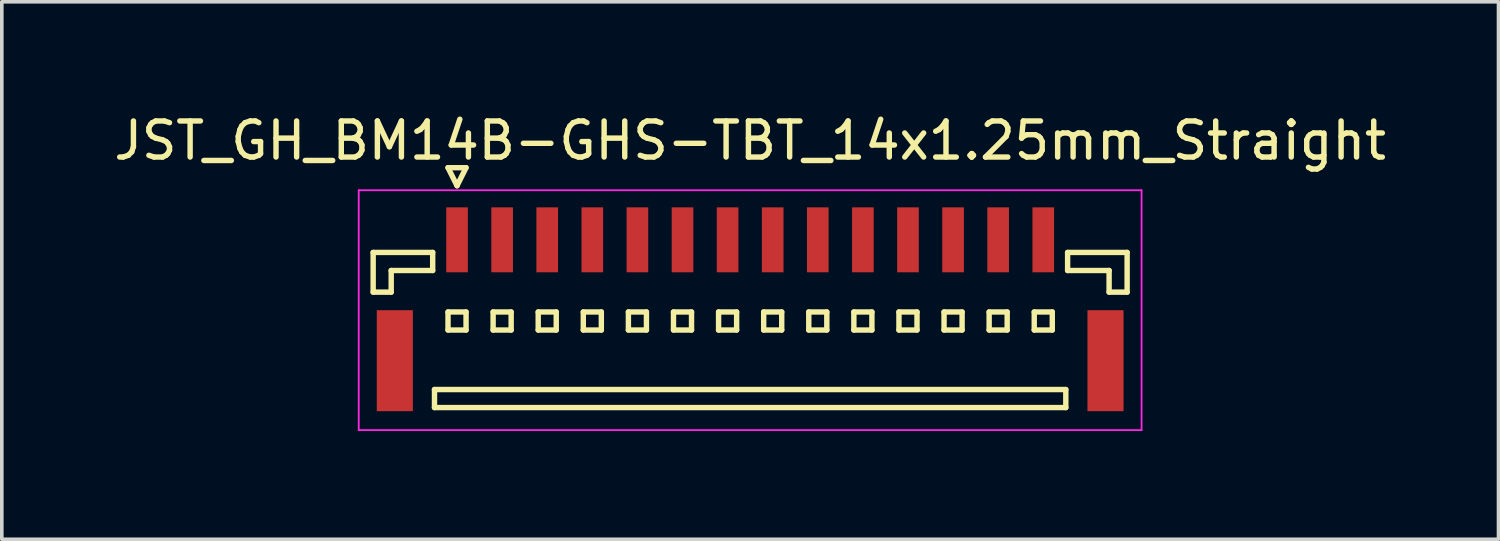
<source format=kicad_pcb>
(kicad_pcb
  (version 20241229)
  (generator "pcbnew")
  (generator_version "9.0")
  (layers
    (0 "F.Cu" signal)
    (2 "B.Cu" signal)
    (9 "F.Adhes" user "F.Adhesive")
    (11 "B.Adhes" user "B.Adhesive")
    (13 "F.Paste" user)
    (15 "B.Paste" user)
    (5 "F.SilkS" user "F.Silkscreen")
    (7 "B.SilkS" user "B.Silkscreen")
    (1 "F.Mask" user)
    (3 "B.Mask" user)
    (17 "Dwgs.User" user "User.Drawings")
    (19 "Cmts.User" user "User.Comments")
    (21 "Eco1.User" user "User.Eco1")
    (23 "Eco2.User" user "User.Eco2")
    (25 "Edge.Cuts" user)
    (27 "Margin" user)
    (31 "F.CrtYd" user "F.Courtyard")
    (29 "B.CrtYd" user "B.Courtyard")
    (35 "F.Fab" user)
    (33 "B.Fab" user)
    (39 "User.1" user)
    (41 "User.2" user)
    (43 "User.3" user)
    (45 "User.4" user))
  (footprint "JST_GH_BM14B-GHS-TBT_14x1.25mm_Straight"
    (layer "F.Cu")
    (at 17.744 5.273)
    (property "Reference" "JST_GH_BM14B-GHS-TBT_14x1.25mm_Straight" (at 0 -4.425 0) (layer "F.SilkS") (effects (font (size 1 1) (thickness 0.15))))
    (attr smd)
    (fp_line (start -10.45 -1.325) (end -8.8 -1.325) (stroke (width 0.15) (type solid)) (layer "F.SilkS"))
    (fp_line (start -10.45 -0.225) (end -10.45 -1.325) (stroke (width 0.15) (type solid)) (layer "F.SilkS"))
    (fp_line (start -9.95 -0.825) (end -9.95 -0.225) (stroke (width 0.15) (type solid)) (layer "F.SilkS"))
    (fp_line (start -9.95 -0.225) (end -10.45 -0.225) (stroke (width 0.15) (type solid)) (layer "F.SilkS"))
    (fp_line (start -8.8 -1.325) (end -8.8 -0.825) (stroke (width 0.15) (type solid)) (layer "F.SilkS"))
    (fp_line (start -8.8 -0.825) (end -9.95 -0.825) (stroke (width 0.15) (type solid)) (layer "F.SilkS"))
    (fp_line (start -8.75 2.475) (end -8.75 2.975) (stroke (width 0.15) (type solid)) (layer "F.SilkS"))
    (fp_line (start -8.75 2.975) (end 8.75 2.975) (stroke (width 0.15) (type solid)) (layer "F.SilkS"))
    (fp_line (start -8.375 -3.675) (end -7.875 -3.675) (stroke (width 0.15) (type solid)) (layer "F.SilkS"))
    (fp_line (start -8.375 0.325) (end -8.375 0.825) (stroke (width 0.15) (type solid)) (layer "F.SilkS"))
    (fp_line (start -8.375 0.825) (end -7.875 0.825) (stroke (width 0.15) (type solid)) (layer "F.SilkS"))
    (fp_line (start -8.125 -3.175) (end -8.375 -3.675) (stroke (width 0.15) (type solid)) (layer "F.SilkS"))
    (fp_line (start -7.875 -3.675) (end -8.125 -3.175) (stroke (width 0.15) (type solid)) (layer "F.SilkS"))
    (fp_line (start -7.875 0.325) (end -8.375 0.325) (stroke (width 0.15) (type solid)) (layer "F.SilkS"))
    (fp_line (start -7.875 0.825) (end -7.875 0.325) (stroke (width 0.15) (type solid)) (layer "F.SilkS"))
    (fp_line (start -7.125 0.325) (end -7.125 0.825) (stroke (width 0.15) (type solid)) (layer "F.SilkS"))
    (fp_line (start -7.125 0.825) (end -6.625 0.825) (stroke (width 0.15) (type solid)) (layer "F.SilkS"))
    (fp_line (start -6.625 0.325) (end -7.125 0.325) (stroke (width 0.15) (type solid)) (layer "F.SilkS"))
    (fp_line (start -6.625 0.825) (end -6.625 0.325) (stroke (width 0.15) (type solid)) (layer "F.SilkS"))
    (fp_line (start -5.875 0.325) (end -5.875 0.825) (stroke (width 0.15) (type solid)) (layer "F.SilkS"))
    (fp_line (start -5.875 0.825) (end -5.375 0.825) (stroke (width 0.15) (type solid)) (layer "F.SilkS"))
    (fp_line (start -5.375 0.325) (end -5.875 0.325) (stroke (width 0.15) (type solid)) (layer "F.SilkS"))
    (fp_line (start -5.375 0.825) (end -5.375 0.325) (stroke (width 0.15) (type solid)) (layer "F.SilkS"))
    (fp_line (start -4.625 0.325) (end -4.625 0.825) (stroke (width 0.15) (type solid)) (layer "F.SilkS"))
    (fp_line (start -4.625 0.825) (end -4.125 0.825) (stroke (width 0.15) (type solid)) (layer "F.SilkS"))
    (fp_line (start -4.125 0.325) (end -4.625 0.325) (stroke (width 0.15) (type solid)) (layer "F.SilkS"))
    (fp_line (start -4.125 0.825) (end -4.125 0.325) (stroke (width 0.15) (type solid)) (layer "F.SilkS"))
    (fp_line (start -3.375 0.325) (end -3.375 0.825) (stroke (width 0.15) (type solid)) (layer "F.SilkS"))
    (fp_line (start -3.375 0.825) (end -2.875 0.825) (stroke (width 0.15) (type solid)) (layer "F.SilkS"))
    (fp_line (start -2.875 0.325) (end -3.375 0.325) (stroke (width 0.15) (type solid)) (layer "F.SilkS"))
    (fp_line (start -2.875 0.825) (end -2.875 0.325) (stroke (width 0.15) (type solid)) (layer "F.SilkS"))
    (fp_line (start -2.125 0.325) (end -2.125 0.825) (stroke (width 0.15) (type solid)) (layer "F.SilkS"))
    (fp_line (start -2.125 0.825) (end -1.625 0.825) (stroke (width 0.15) (type solid)) (layer "F.SilkS"))
    (fp_line (start -1.625 0.325) (end -2.125 0.325) (stroke (width 0.15) (type solid)) (layer "F.SilkS"))
    (fp_line (start -1.625 0.825) (end -1.625 0.325) (stroke (width 0.15) (type solid)) (layer "F.SilkS"))
    (fp_line (start -0.875 0.325) (end -0.875 0.825) (stroke (width 0.15) (type solid)) (layer "F.SilkS"))
    (fp_line (start -0.875 0.825) (end -0.375 0.825) (stroke (width 0.15) (type solid)) (layer "F.SilkS"))
    (fp_line (start -0.375 0.325) (end -0.875 0.325) (stroke (width 0.15) (type solid)) (layer "F.SilkS"))
    (fp_line (start -0.375 0.825) (end -0.375 0.325) (stroke (width 0.15) (type solid)) (layer "F.SilkS"))
    (fp_line (start 0.375 0.325) (end 0.375 0.825) (stroke (width 0.15) (type solid)) (layer "F.SilkS"))
    (fp_line (start 0.375 0.825) (end 0.875 0.825) (stroke (width 0.15) (type solid)) (layer "F.SilkS"))
    (fp_line (start 0.875 0.325) (end 0.375 0.325) (stroke (width 0.15) (type solid)) (layer "F.SilkS"))
    (fp_line (start 0.875 0.825) (end 0.875 0.325) (stroke (width 0.15) (type solid)) (layer "F.SilkS"))
    (fp_line (start 1.625 0.325) (end 1.625 0.825) (stroke (width 0.15) (type solid)) (layer "F.SilkS"))
    (fp_line (start 1.625 0.825) (end 2.125 0.825) (stroke (width 0.15) (type solid)) (layer "F.SilkS"))
    (fp_line (start 2.125 0.325) (end 1.625 0.325) (stroke (width 0.15) (type solid)) (layer "F.SilkS"))
    (fp_line (start 2.125 0.825) (end 2.125 0.325) (stroke (width 0.15) (type solid)) (layer "F.SilkS"))
    (fp_line (start 2.875 0.325) (end 2.875 0.825) (stroke (width 0.15) (type solid)) (layer "F.SilkS"))
    (fp_line (start 2.875 0.825) (end 3.375 0.825) (stroke (width 0.15) (type solid)) (layer "F.SilkS"))
    (fp_line (start 3.375 0.325) (end 2.875 0.325) (stroke (width 0.15) (type solid)) (layer "F.SilkS"))
    (fp_line (start 3.375 0.825) (end 3.375 0.325) (stroke (width 0.15) (type solid)) (layer "F.SilkS"))
    (fp_line (start 4.125 0.325) (end 4.125 0.825) (stroke (width 0.15) (type solid)) (layer "F.SilkS"))
    (fp_line (start 4.125 0.825) (end 4.625 0.825) (stroke (width 0.15) (type solid)) (layer "F.SilkS"))
    (fp_line (start 4.625 0.325) (end 4.125 0.325) (stroke (width 0.15) (type solid)) (layer "F.SilkS"))
    (fp_line (start 4.625 0.825) (end 4.625 0.325) (stroke (width 0.15) (type solid)) (layer "F.SilkS"))
    (fp_line (start 5.375 0.325) (end 5.375 0.825) (stroke (width 0.15) (type solid)) (layer "F.SilkS"))
    (fp_line (start 5.375 0.825) (end 5.875 0.825) (stroke (width 0.15) (type solid)) (layer "F.SilkS"))
    (fp_line (start 5.875 0.325) (end 5.375 0.325) (stroke (width 0.15) (type solid)) (layer "F.SilkS"))
    (fp_line (start 5.875 0.825) (end 5.875 0.325) (stroke (width 0.15) (type solid)) (layer "F.SilkS"))
    (fp_line (start 6.625 0.325) (end 6.625 0.825) (stroke (width 0.15) (type solid)) (layer "F.SilkS"))
    (fp_line (start 6.625 0.825) (end 7.125 0.825) (stroke (width 0.15) (type solid)) (layer "F.SilkS"))
    (fp_line (start 7.125 0.325) (end 6.625 0.325) (stroke (width 0.15) (type solid)) (layer "F.SilkS"))
    (fp_line (start 7.125 0.825) (end 7.125 0.325) (stroke (width 0.15) (type solid)) (layer "F.SilkS"))
    (fp_line (start 7.875 0.325) (end 7.875 0.825) (stroke (width 0.15) (type solid)) (layer "F.SilkS"))
    (fp_line (start 7.875 0.825) (end 8.375 0.825) (stroke (width 0.15) (type solid)) (layer "F.SilkS"))
    (fp_line (start 8.375 0.325) (end 7.875 0.325) (stroke (width 0.15) (type solid)) (layer "F.SilkS"))
    (fp_line (start 8.375 0.825) (end 8.375 0.325) (stroke (width 0.15) (type solid)) (layer "F.SilkS"))
    (fp_line (start 8.75 2.475) (end -8.75 2.475) (stroke (width 0.15) (type solid)) (layer "F.SilkS"))
    (fp_line (start 8.75 2.975) (end 8.75 2.475) (stroke (width 0.15) (type solid)) (layer "F.SilkS"))
    (fp_line (start 8.8 -1.325) (end 8.8 -0.825) (stroke (width 0.15) (type solid)) (layer "F.SilkS"))
    (fp_line (start 8.8 -0.825) (end 9.95 -0.825) (stroke (width 0.15) (type solid)) (layer "F.SilkS"))
    (fp_line (start 9.95 -0.825) (end 9.95 -0.225) (stroke (width 0.15) (type solid)) (layer "F.SilkS"))
    (fp_line (start 9.95 -0.225) (end 10.45 -0.225) (stroke (width 0.15) (type solid)) (layer "F.SilkS"))
    (fp_line (start 10.45 -1.325) (end 8.8 -1.325) (stroke (width 0.15) (type solid)) (layer "F.SilkS"))
    (fp_line (start 10.45 -0.225) (end 10.45 -1.325) (stroke (width 0.15) (type solid)) (layer "F.SilkS"))
    (fp_line (start -10.85 -3.05) (end -10.85 3.6) (stroke (width 0.05) (type solid)) (layer "F.CrtYd"))
    (fp_line (start -10.85 3.6) (end 10.85 3.6) (stroke (width 0.05) (type solid)) (layer "F.CrtYd"))
    (fp_line (start 10.85 -3.05) (end -10.85 -3.05) (stroke (width 0.05) (type solid)) (layer "F.CrtYd"))
    (fp_line (start 10.85 3.6) (end 10.85 -3.05) (stroke (width 0.05) (type solid)) (layer "F.CrtYd"))
    (pad "" smd rect (at -9.85 1.675) (size 1 2.8) (layers "F.Cu" "F.Mask" "F.Paste"))
    (pad "" smd rect (at 9.85 1.675) (size 1 2.8) (layers "F.Cu" "F.Mask" "F.Paste"))
    (pad "1" smd rect (at -8.125 -1.675) (size 0.6 1.8) (layers "F.Cu" "F.Mask" "F.Paste"))
    (pad "2" smd rect (at -6.875 -1.675) (size 0.6 1.8) (layers "F.Cu" "F.Mask" "F.Paste"))
    (pad "3" smd rect (at -5.625 -1.675) (size 0.6 1.8) (layers "F.Cu" "F.Mask" "F.Paste"))
    (pad "4" smd rect (at -4.375 -1.675) (size 0.6 1.8) (layers "F.Cu" "F.Mask" "F.Paste"))
    (pad "5" smd rect (at -3.125 -1.675) (size 0.6 1.8) (layers "F.Cu" "F.Mask" "F.Paste"))
    (pad "6" smd rect (at -1.875 -1.675) (size 0.6 1.8) (layers "F.Cu" "F.Mask" "F.Paste"))
    (pad "7" smd rect (at -0.625 -1.675) (size 0.6 1.8) (layers "F.Cu" "F.Mask" "F.Paste"))
    (pad "8" smd rect (at 0.625 -1.675) (size 0.6 1.8) (layers "F.Cu" "F.Mask" "F.Paste"))
    (pad "9" smd rect (at 1.875 -1.675) (size 0.6 1.8) (layers "F.Cu" "F.Mask" "F.Paste"))
    (pad "10" smd rect (at 3.125 -1.675) (size 0.6 1.8) (layers "F.Cu" "F.Mask" "F.Paste"))
    (pad "11" smd rect (at 4.375 -1.675) (size 0.6 1.8) (layers "F.Cu" "F.Mask" "F.Paste"))
    (pad "12" smd rect (at 5.625 -1.675) (size 0.6 1.8) (layers "F.Cu" "F.Mask" "F.Paste"))
    (pad "13" smd rect (at 6.875 -1.675) (size 0.6 1.8) (layers "F.Cu" "F.Mask" "F.Paste"))
    (pad "14" smd rect (at 8.125 -1.675) (size 0.6 1.8) (layers "F.Cu" "F.Mask" "F.Paste")))
  (gr_rect
    (start -3 -3)
    (end 38.488 11.898)
    (stroke (width 0.1) (type default))
    (fill no)
    (layer "Edge.Cuts")))
</source>
